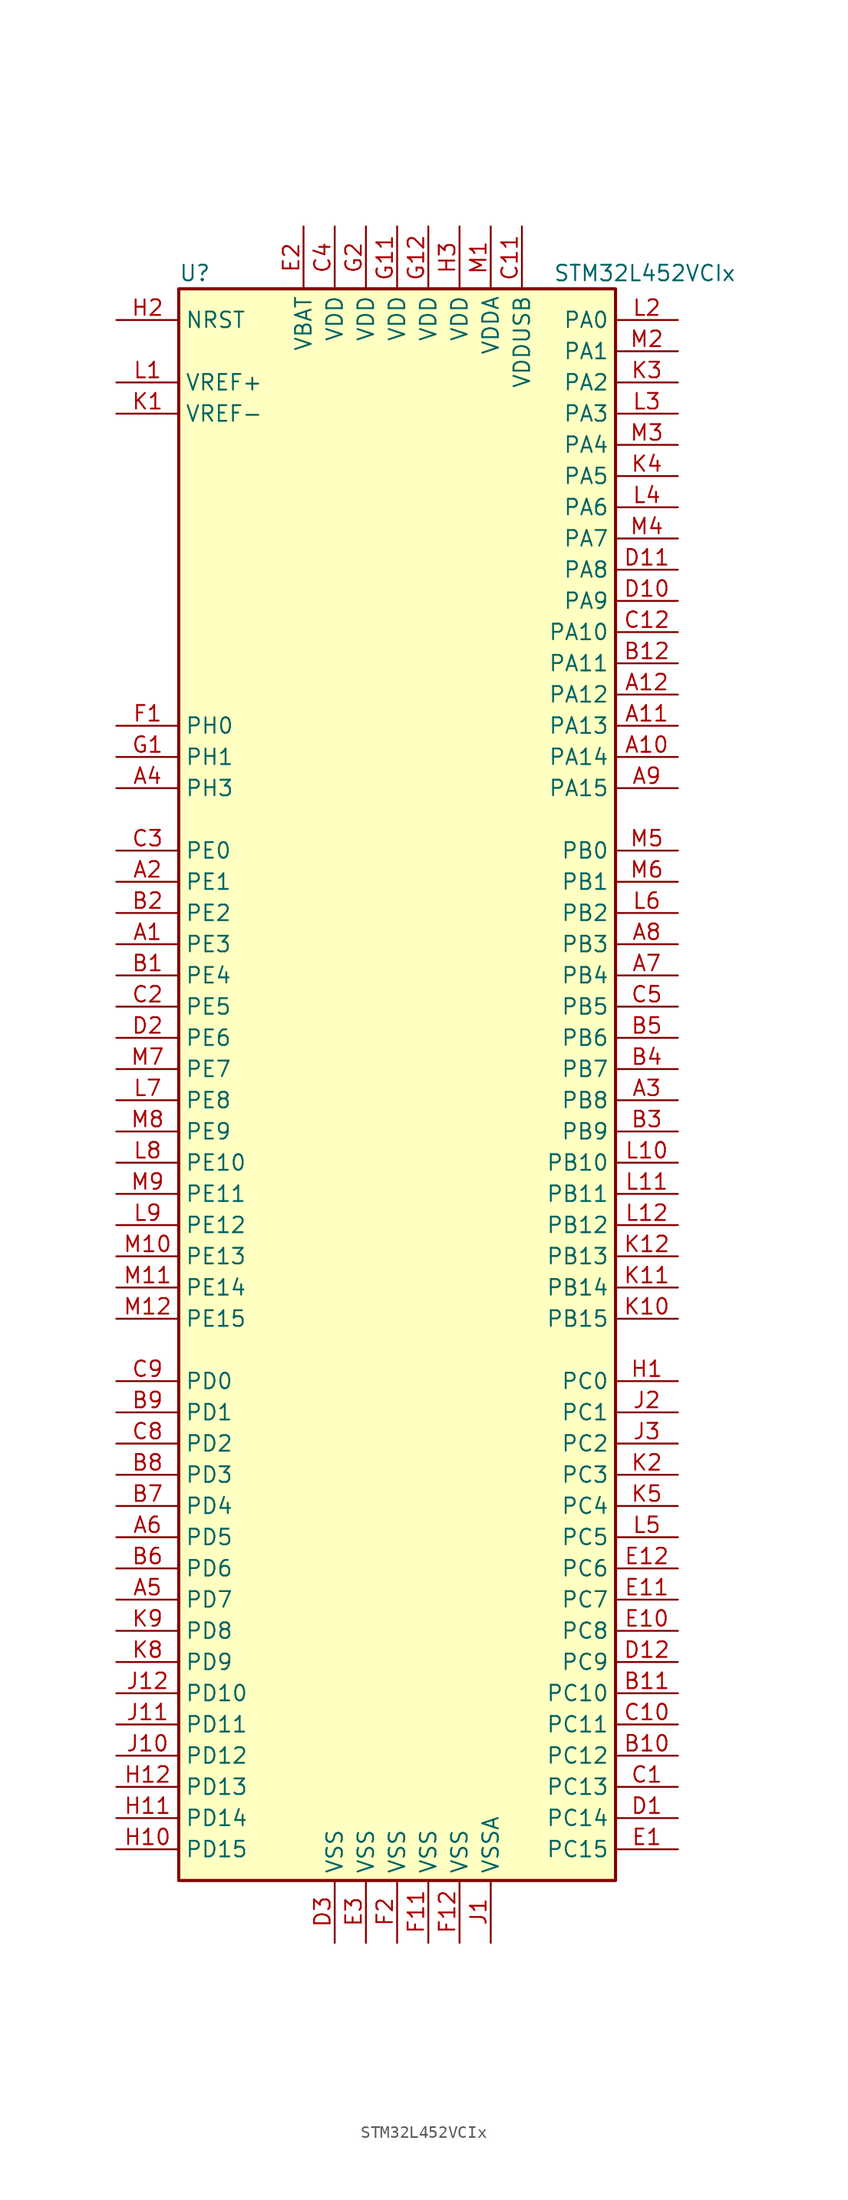
<source format=kicad_sym>
(kicad_symbol_lib
  (version 20220914)
  (generator kicad_symbol_editor)
  (symbol "STM32L452VCIx"
    (property "Reference" "U"
      (at -17.78 64.77 0)
      (effects (font (size 1.27 1.27)) (justify left)))
    (property "Value" "STM32L452VCIx"
      (at 12.7 64.77 0)
      (effects (font (size 1.27 1.27)) (justify left)))
    (symbol "STM32L452VCIx_0_1"
      (rectangle (start -17.78 -66.04) (end 17.78 63.5) (stroke (width 0.254) (type default)) (fill (type background))))
    (symbol "STM32L452VCIx_1_1"
      (pin bidirectional line (at -22.86 10.16 0) (length 5.08) (name "PE3" (effects (font (size 1.27 1.27)))) (number "A1" (effects (font (size 1.27 1.27)))))
      (pin bidirectional line (at 22.86 25.4 180) (length 5.08) (name "PA14" (effects (font (size 1.27 1.27)))) (number "A10" (effects (font (size 1.27 1.27)))))
      (pin bidirectional line (at 22.86 27.94 180) (length 5.08) (name "PA13" (effects (font (size 1.27 1.27)))) (number "A11" (effects (font (size 1.27 1.27)))))
      (pin bidirectional line (at 22.86 30.48 180) (length 5.08) (name "PA12" (effects (font (size 1.27 1.27)))) (number "A12" (effects (font (size 1.27 1.27)))))
      (pin bidirectional line (at -22.86 15.24 0) (length 5.08) (name "PE1" (effects (font (size 1.27 1.27)))) (number "A2" (effects (font (size 1.27 1.27)))))
      (pin bidirectional line (at 22.86 -2.54 180) (length 5.08) (name "PB8" (effects (font (size 1.27 1.27)))) (number "A3" (effects (font (size 1.27 1.27)))))
      (pin bidirectional line (at -22.86 22.86 0) (length 5.08) (name "PH3" (effects (font (size 1.27 1.27)))) (number "A4" (effects (font (size 1.27 1.27)))))
      (pin bidirectional line (at -22.86 -43.18 0) (length 5.08) (name "PD7" (effects (font (size 1.27 1.27)))) (number "A5" (effects (font (size 1.27 1.27)))))
      (pin bidirectional line (at -22.86 -38.1 0) (length 5.08) (name "PD5" (effects (font (size 1.27 1.27)))) (number "A6" (effects (font (size 1.27 1.27)))))
      (pin bidirectional line (at 22.86 7.62 180) (length 5.08) (name "PB4" (effects (font (size 1.27 1.27)))) (number "A7" (effects (font (size 1.27 1.27)))))
      (pin bidirectional line (at 22.86 10.16 180) (length 5.08) (name "PB3" (effects (font (size 1.27 1.27)))) (number "A8" (effects (font (size 1.27 1.27)))))
      (pin bidirectional line (at 22.86 22.86 180) (length 5.08) (name "PA15" (effects (font (size 1.27 1.27)))) (number "A9" (effects (font (size 1.27 1.27)))))
      (pin bidirectional line (at -22.86 7.62 0) (length 5.08) (name "PE4" (effects (font (size 1.27 1.27)))) (number "B1" (effects (font (size 1.27 1.27)))))
      (pin bidirectional line (at 22.86 -55.88 180) (length 5.08) (name "PC12" (effects (font (size 1.27 1.27)))) (number "B10" (effects (font (size 1.27 1.27)))))
      (pin bidirectional line (at 22.86 -50.8 180) (length 5.08) (name "PC10" (effects (font (size 1.27 1.27)))) (number "B11" (effects (font (size 1.27 1.27)))))
      (pin bidirectional line (at 22.86 33.02 180) (length 5.08) (name "PA11" (effects (font (size 1.27 1.27)))) (number "B12" (effects (font (size 1.27 1.27)))))
      (pin bidirectional line (at -22.86 12.7 0) (length 5.08) (name "PE2" (effects (font (size 1.27 1.27)))) (number "B2" (effects (font (size 1.27 1.27)))))
      (pin bidirectional line (at 22.86 -5.08 180) (length 5.08) (name "PB9" (effects (font (size 1.27 1.27)))) (number "B3" (effects (font (size 1.27 1.27)))))
      (pin bidirectional line (at 22.86 0 180) (length 5.08) (name "PB7" (effects (font (size 1.27 1.27)))) (number "B4" (effects (font (size 1.27 1.27)))))
      (pin bidirectional line (at 22.86 2.54 180) (length 5.08) (name "PB6" (effects (font (size 1.27 1.27)))) (number "B5" (effects (font (size 1.27 1.27)))))
      (pin bidirectional line (at -22.86 -40.64 0) (length 5.08) (name "PD6" (effects (font (size 1.27 1.27)))) (number "B6" (effects (font (size 1.27 1.27)))))
      (pin bidirectional line (at -22.86 -35.56 0) (length 5.08) (name "PD4" (effects (font (size 1.27 1.27)))) (number "B7" (effects (font (size 1.27 1.27)))))
      (pin bidirectional line (at -22.86 -33.02 0) (length 5.08) (name "PD3" (effects (font (size 1.27 1.27)))) (number "B8" (effects (font (size 1.27 1.27)))))
      (pin bidirectional line (at -22.86 -27.94 0) (length 5.08) (name "PD1" (effects (font (size 1.27 1.27)))) (number "B9" (effects (font (size 1.27 1.27)))))
      (pin bidirectional line (at 22.86 -58.42 180) (length 5.08) (name "PC13" (effects (font (size 1.27 1.27)))) (number "C1" (effects (font (size 1.27 1.27)))))
      (pin bidirectional line (at 22.86 -53.34 180) (length 5.08) (name "PC11" (effects (font (size 1.27 1.27)))) (number "C10" (effects (font (size 1.27 1.27)))))
      (pin power_in line (at 10.16 68.58 270) (length 5.08) (name "VDDUSB" (effects (font (size 1.27 1.27)))) (number "C11" (effects (font (size 1.27 1.27)))))
      (pin bidirectional line (at 22.86 35.56 180) (length 5.08) (name "PA10" (effects (font (size 1.27 1.27)))) (number "C12" (effects (font (size 1.27 1.27)))))
      (pin bidirectional line (at -22.86 5.08 0) (length 5.08) (name "PE5" (effects (font (size 1.27 1.27)))) (number "C2" (effects (font (size 1.27 1.27)))))
      (pin bidirectional line (at -22.86 17.78 0) (length 5.08) (name "PE0" (effects (font (size 1.27 1.27)))) (number "C3" (effects (font (size 1.27 1.27)))))
      (pin power_in line (at -5.08 68.58 270) (length 5.08) (name "VDD" (effects (font (size 1.27 1.27)))) (number "C4" (effects (font (size 1.27 1.27)))))
      (pin bidirectional line (at 22.86 5.08 180) (length 5.08) (name "PB5" (effects (font (size 1.27 1.27)))) (number "C5" (effects (font (size 1.27 1.27)))))
      (pin bidirectional line (at -22.86 -30.48 0) (length 5.08) (name "PD2" (effects (font (size 1.27 1.27)))) (number "C8" (effects (font (size 1.27 1.27)))))
      (pin bidirectional line (at -22.86 -25.4 0) (length 5.08) (name "PD0" (effects (font (size 1.27 1.27)))) (number "C9" (effects (font (size 1.27 1.27)))))
      (pin bidirectional line (at 22.86 -60.96 180) (length 5.08) (name "PC14" (effects (font (size 1.27 1.27)))) (number "D1" (effects (font (size 1.27 1.27)))))
      (pin bidirectional line (at 22.86 38.1 180) (length 5.08) (name "PA9" (effects (font (size 1.27 1.27)))) (number "D10" (effects (font (size 1.27 1.27)))))
      (pin bidirectional line (at 22.86 40.64 180) (length 5.08) (name "PA8" (effects (font (size 1.27 1.27)))) (number "D11" (effects (font (size 1.27 1.27)))))
      (pin bidirectional line (at 22.86 -48.26 180) (length 5.08) (name "PC9" (effects (font (size 1.27 1.27)))) (number "D12" (effects (font (size 1.27 1.27)))))
      (pin bidirectional line (at -22.86 2.54 0) (length 5.08) (name "PE6" (effects (font (size 1.27 1.27)))) (number "D2" (effects (font (size 1.27 1.27)))))
      (pin power_in line (at -5.08 -71.12 90) (length 5.08) (name "VSS" (effects (font (size 1.27 1.27)))) (number "D3" (effects (font (size 1.27 1.27)))))
      (pin bidirectional line (at 22.86 -63.5 180) (length 5.08) (name "PC15" (effects (font (size 1.27 1.27)))) (number "E1" (effects (font (size 1.27 1.27)))))
      (pin bidirectional line (at 22.86 -45.72 180) (length 5.08) (name "PC8" (effects (font (size 1.27 1.27)))) (number "E10" (effects (font (size 1.27 1.27)))))
      (pin bidirectional line (at 22.86 -43.18 180) (length 5.08) (name "PC7" (effects (font (size 1.27 1.27)))) (number "E11" (effects (font (size 1.27 1.27)))))
      (pin bidirectional line (at 22.86 -40.64 180) (length 5.08) (name "PC6" (effects (font (size 1.27 1.27)))) (number "E12" (effects (font (size 1.27 1.27)))))
      (pin power_in line (at -7.62 68.58 270) (length 5.08) (name "VBAT" (effects (font (size 1.27 1.27)))) (number "E2" (effects (font (size 1.27 1.27)))))
      (pin power_in line (at -2.54 -71.12 90) (length 5.08) (name "VSS" (effects (font (size 1.27 1.27)))) (number "E3" (effects (font (size 1.27 1.27)))))
      (pin input line (at -22.86 27.94 0) (length 5.08) (name "PH0" (effects (font (size 1.27 1.27)))) (number "F1" (effects (font (size 1.27 1.27)))))
      (pin power_in line (at 2.54 -71.12 90) (length 5.08) (name "VSS" (effects (font (size 1.27 1.27)))) (number "F11" (effects (font (size 1.27 1.27)))))
      (pin power_in line (at 5.08 -71.12 90) (length 5.08) (name "VSS" (effects (font (size 1.27 1.27)))) (number "F12" (effects (font (size 1.27 1.27)))))
      (pin power_in line (at 0 -71.12 90) (length 5.08) (name "VSS" (effects (font (size 1.27 1.27)))) (number "F2" (effects (font (size 1.27 1.27)))))
      (pin input line (at -22.86 25.4 0) (length 5.08) (name "PH1" (effects (font (size 1.27 1.27)))) (number "G1" (effects (font (size 1.27 1.27)))))
      (pin power_in line (at 0 68.58 270) (length 5.08) (name "VDD" (effects (font (size 1.27 1.27)))) (number "G11" (effects (font (size 1.27 1.27)))))
      (pin power_in line (at 2.54 68.58 270) (length 5.08) (name "VDD" (effects (font (size 1.27 1.27)))) (number "G12" (effects (font (size 1.27 1.27)))))
      (pin power_in line (at -2.54 68.58 270) (length 5.08) (name "VDD" (effects (font (size 1.27 1.27)))) (number "G2" (effects (font (size 1.27 1.27)))))
      (pin bidirectional line (at 22.86 -25.4 180) (length 5.08) (name "PC0" (effects (font (size 1.27 1.27)))) (number "H1" (effects (font (size 1.27 1.27)))))
      (pin bidirectional line (at -22.86 -63.5 0) (length 5.08) (name "PD15" (effects (font (size 1.27 1.27)))) (number "H10" (effects (font (size 1.27 1.27)))))
      (pin bidirectional line (at -22.86 -60.96 0) (length 5.08) (name "PD14" (effects (font (size 1.27 1.27)))) (number "H11" (effects (font (size 1.27 1.27)))))
      (pin bidirectional line (at -22.86 -58.42 0) (length 5.08) (name "PD13" (effects (font (size 1.27 1.27)))) (number "H12" (effects (font (size 1.27 1.27)))))
      (pin input line (at -22.86 60.96 0) (length 5.08) (name "NRST" (effects (font (size 1.27 1.27)))) (number "H2" (effects (font (size 1.27 1.27)))))
      (pin power_in line (at 5.08 68.58 270) (length 5.08) (name "VDD" (effects (font (size 1.27 1.27)))) (number "H3" (effects (font (size 1.27 1.27)))))
      (pin power_in line (at 7.62 -71.12 90) (length 5.08) (name "VSSA" (effects (font (size 1.27 1.27)))) (number "J1" (effects (font (size 1.27 1.27)))))
      (pin bidirectional line (at -22.86 -55.88 0) (length 5.08) (name "PD12" (effects (font (size 1.27 1.27)))) (number "J10" (effects (font (size 1.27 1.27)))))
      (pin bidirectional line (at -22.86 -53.34 0) (length 5.08) (name "PD11" (effects (font (size 1.27 1.27)))) (number "J11" (effects (font (size 1.27 1.27)))))
      (pin bidirectional line (at -22.86 -50.8 0) (length 5.08) (name "PD10" (effects (font (size 1.27 1.27)))) (number "J12" (effects (font (size 1.27 1.27)))))
      (pin bidirectional line (at 22.86 -27.94 180) (length 5.08) (name "PC1" (effects (font (size 1.27 1.27)))) (number "J2" (effects (font (size 1.27 1.27)))))
      (pin bidirectional line (at 22.86 -30.48 180) (length 5.08) (name "PC2" (effects (font (size 1.27 1.27)))) (number "J3" (effects (font (size 1.27 1.27)))))
      (pin power_in line (at -22.86 53.34 0) (length 5.08) (name "VREF-" (effects (font (size 1.27 1.27)))) (number "K1" (effects (font (size 1.27 1.27)))))
      (pin bidirectional line (at 22.86 -20.32 180) (length 5.08) (name "PB15" (effects (font (size 1.27 1.27)))) (number "K10" (effects (font (size 1.27 1.27)))))
      (pin bidirectional line (at 22.86 -17.78 180) (length 5.08) (name "PB14" (effects (font (size 1.27 1.27)))) (number "K11" (effects (font (size 1.27 1.27)))))
      (pin bidirectional line (at 22.86 -15.24 180) (length 5.08) (name "PB13" (effects (font (size 1.27 1.27)))) (number "K12" (effects (font (size 1.27 1.27)))))
      (pin bidirectional line (at 22.86 -33.02 180) (length 5.08) (name "PC3" (effects (font (size 1.27 1.27)))) (number "K2" (effects (font (size 1.27 1.27)))))
      (pin bidirectional line (at 22.86 55.88 180) (length 5.08) (name "PA2" (effects (font (size 1.27 1.27)))) (number "K3" (effects (font (size 1.27 1.27)))))
      (pin bidirectional line (at 22.86 48.26 180) (length 5.08) (name "PA5" (effects (font (size 1.27 1.27)))) (number "K4" (effects (font (size 1.27 1.27)))))
      (pin bidirectional line (at 22.86 -35.56 180) (length 5.08) (name "PC4" (effects (font (size 1.27 1.27)))) (number "K5" (effects (font (size 1.27 1.27)))))
      (pin bidirectional line (at -22.86 -48.26 0) (length 5.08) (name "PD9" (effects (font (size 1.27 1.27)))) (number "K8" (effects (font (size 1.27 1.27)))))
      (pin bidirectional line (at -22.86 -45.72 0) (length 5.08) (name "PD8" (effects (font (size 1.27 1.27)))) (number "K9" (effects (font (size 1.27 1.27)))))
      (pin bidirectional line (at -22.86 55.88 0) (length 5.08) (name "VREF+" (effects (font (size 1.27 1.27)))) (number "L1" (effects (font (size 1.27 1.27)))))
      (pin bidirectional line (at 22.86 -7.62 180) (length 5.08) (name "PB10" (effects (font (size 1.27 1.27)))) (number "L10" (effects (font (size 1.27 1.27)))))
      (pin bidirectional line (at 22.86 -10.16 180) (length 5.08) (name "PB11" (effects (font (size 1.27 1.27)))) (number "L11" (effects (font (size 1.27 1.27)))))
      (pin bidirectional line (at 22.86 -12.7 180) (length 5.08) (name "PB12" (effects (font (size 1.27 1.27)))) (number "L12" (effects (font (size 1.27 1.27)))))
      (pin bidirectional line (at 22.86 60.96 180) (length 5.08) (name "PA0" (effects (font (size 1.27 1.27)))) (number "L2" (effects (font (size 1.27 1.27)))))
      (pin bidirectional line (at 22.86 53.34 180) (length 5.08) (name "PA3" (effects (font (size 1.27 1.27)))) (number "L3" (effects (font (size 1.27 1.27)))))
      (pin bidirectional line (at 22.86 45.72 180) (length 5.08) (name "PA6" (effects (font (size 1.27 1.27)))) (number "L4" (effects (font (size 1.27 1.27)))))
      (pin bidirectional line (at 22.86 -38.1 180) (length 5.08) (name "PC5" (effects (font (size 1.27 1.27)))) (number "L5" (effects (font (size 1.27 1.27)))))
      (pin bidirectional line (at 22.86 12.7 180) (length 5.08) (name "PB2" (effects (font (size 1.27 1.27)))) (number "L6" (effects (font (size 1.27 1.27)))))
      (pin bidirectional line (at -22.86 -2.54 0) (length 5.08) (name "PE8" (effects (font (size 1.27 1.27)))) (number "L7" (effects (font (size 1.27 1.27)))))
      (pin bidirectional line (at -22.86 -7.62 0) (length 5.08) (name "PE10" (effects (font (size 1.27 1.27)))) (number "L8" (effects (font (size 1.27 1.27)))))
      (pin bidirectional line (at -22.86 -12.7 0) (length 5.08) (name "PE12" (effects (font (size 1.27 1.27)))) (number "L9" (effects (font (size 1.27 1.27)))))
      (pin power_in line (at 7.62 68.58 270) (length 5.08) (name "VDDA" (effects (font (size 1.27 1.27)))) (number "M1" (effects (font (size 1.27 1.27)))))
      (pin bidirectional line (at -22.86 -15.24 0) (length 5.08) (name "PE13" (effects (font (size 1.27 1.27)))) (number "M10" (effects (font (size 1.27 1.27)))))
      (pin bidirectional line (at -22.86 -17.78 0) (length 5.08) (name "PE14" (effects (font (size 1.27 1.27)))) (number "M11" (effects (font (size 1.27 1.27)))))
      (pin bidirectional line (at -22.86 -20.32 0) (length 5.08) (name "PE15" (effects (font (size 1.27 1.27)))) (number "M12" (effects (font (size 1.27 1.27)))))
      (pin bidirectional line (at 22.86 58.42 180) (length 5.08) (name "PA1" (effects (font (size 1.27 1.27)))) (number "M2" (effects (font (size 1.27 1.27)))))
      (pin bidirectional line (at 22.86 50.8 180) (length 5.08) (name "PA4" (effects (font (size 1.27 1.27)))) (number "M3" (effects (font (size 1.27 1.27)))))
      (pin bidirectional line (at 22.86 43.18 180) (length 5.08) (name "PA7" (effects (font (size 1.27 1.27)))) (number "M4" (effects (font (size 1.27 1.27)))))
      (pin bidirectional line (at 22.86 17.78 180) (length 5.08) (name "PB0" (effects (font (size 1.27 1.27)))) (number "M5" (effects (font (size 1.27 1.27)))))
      (pin bidirectional line (at 22.86 15.24 180) (length 5.08) (name "PB1" (effects (font (size 1.27 1.27)))) (number "M6" (effects (font (size 1.27 1.27)))))
      (pin bidirectional line (at -22.86 0 0) (length 5.08) (name "PE7" (effects (font (size 1.27 1.27)))) (number "M7" (effects (font (size 1.27 1.27)))))
      (pin bidirectional line (at -22.86 -5.08 0) (length 5.08) (name "PE9" (effects (font (size 1.27 1.27)))) (number "M8" (effects (font (size 1.27 1.27)))))
      (pin bidirectional line (at -22.86 -10.16 0) (length 5.08) (name "PE11" (effects (font (size 1.27 1.27)))) (number "M9" (effects (font (size 1.27 1.27))))))))
</source>
